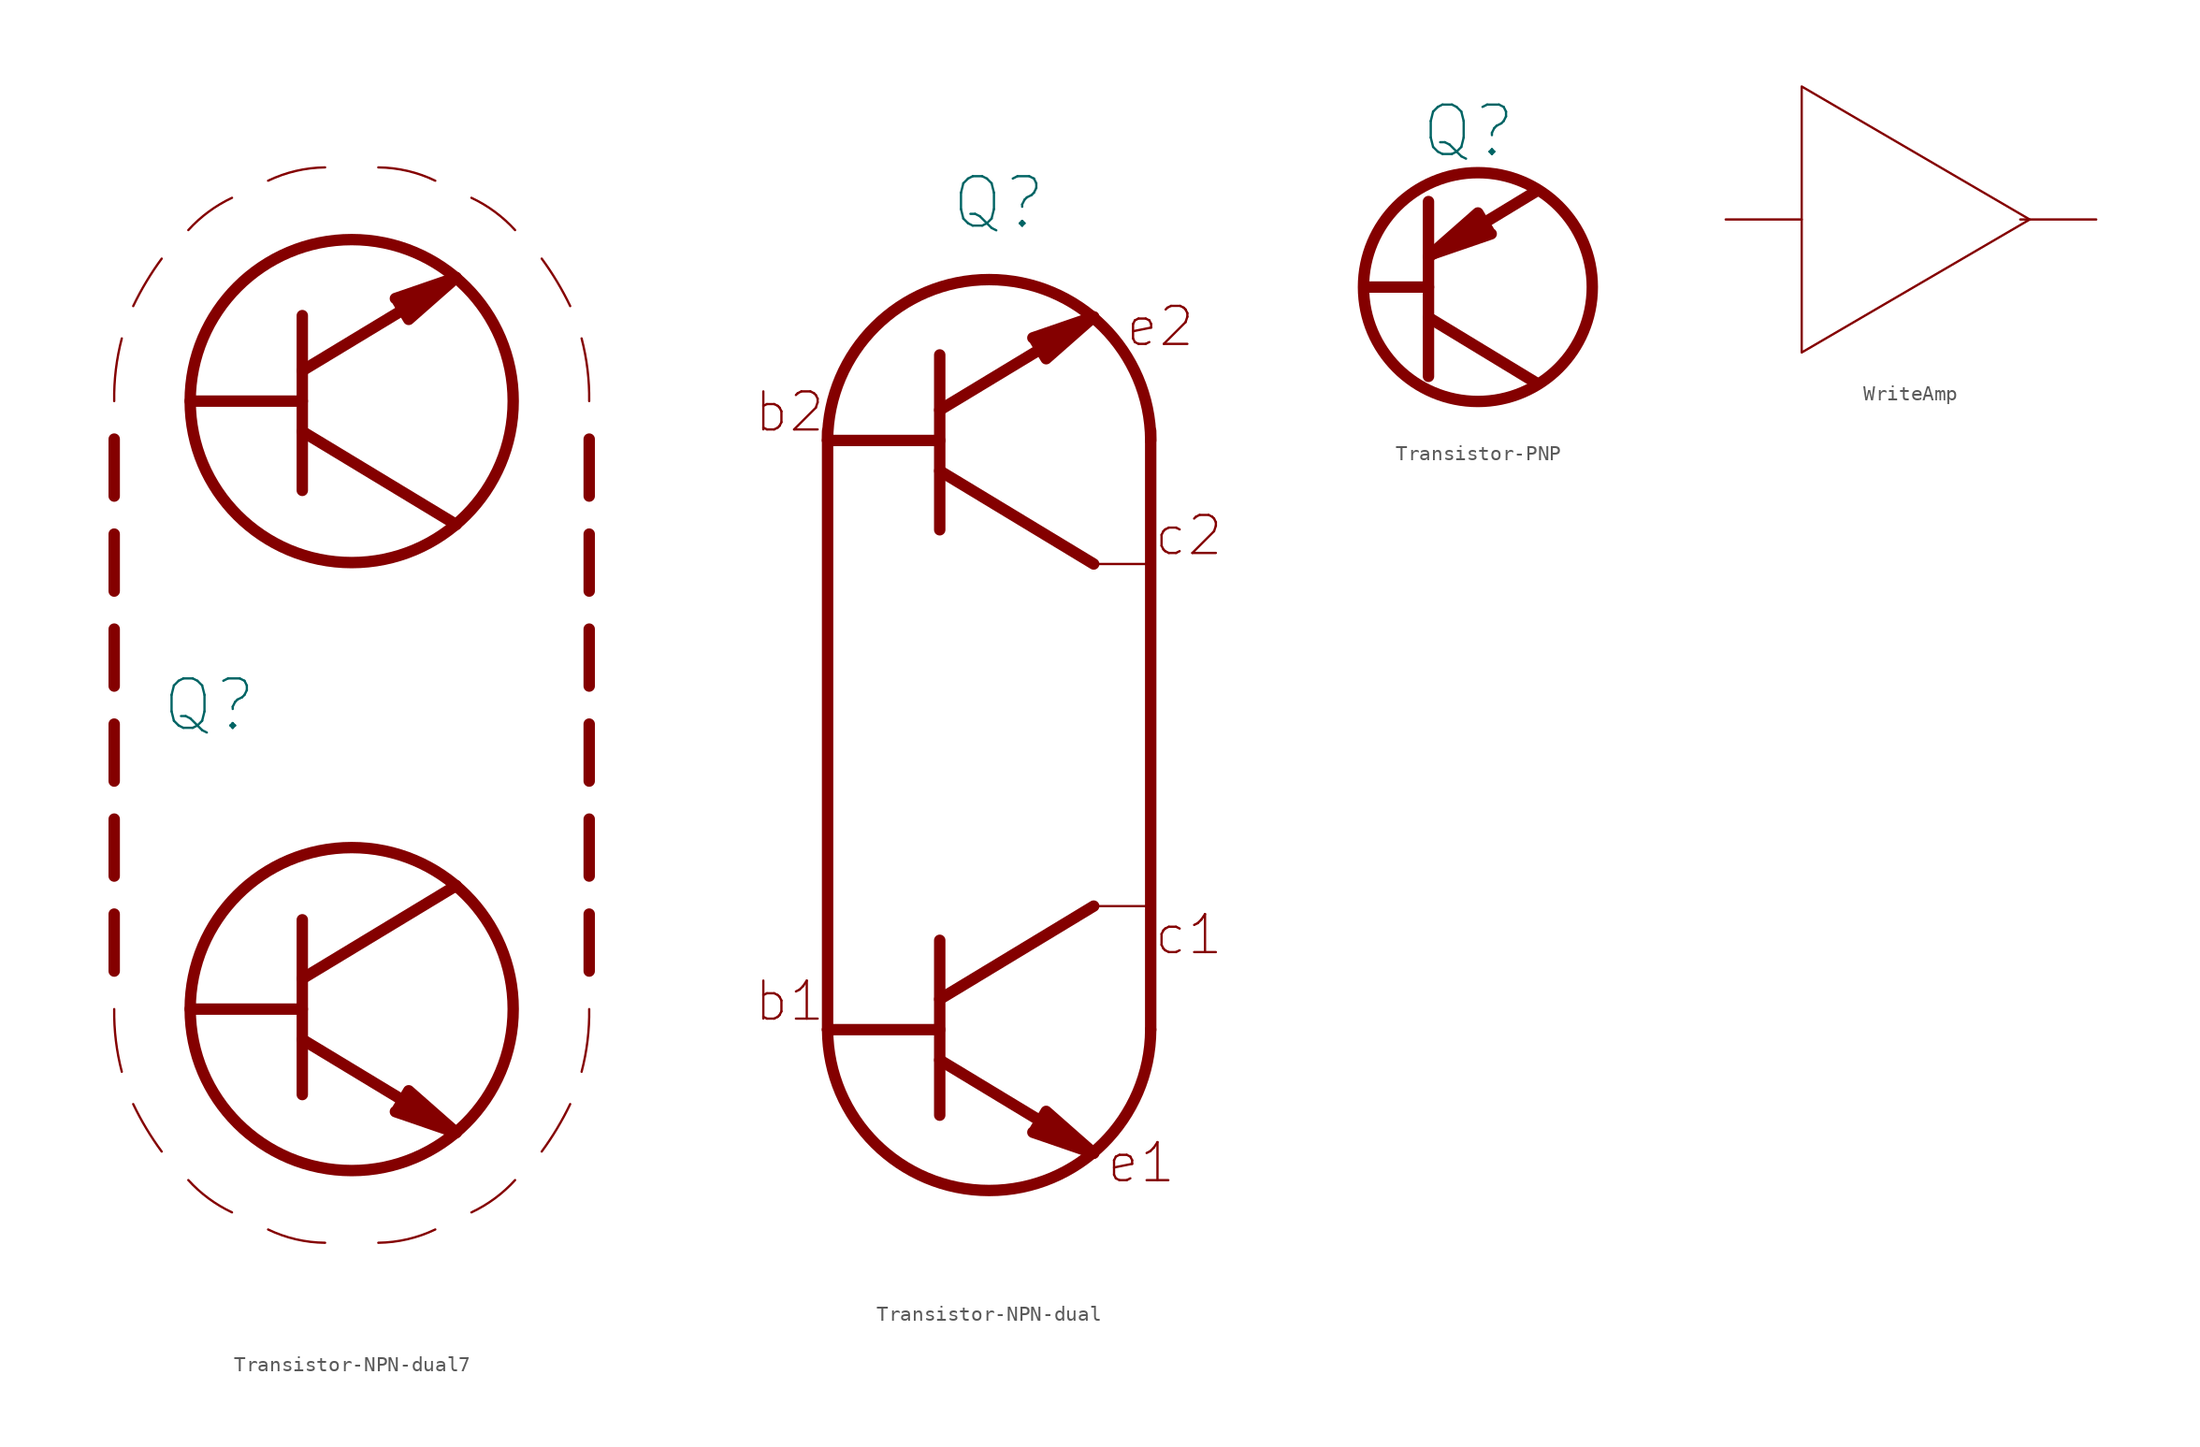
<source format=kicad_sym>
(kicad_symbol_lib
  (version 20211014)
  (generator kicad_symbol_editor)
  (symbol "Transistor-NPN-dual7"
    (pin_numbers hide)
    (pin_names
      (offset 0) hide)
    (property "Reference" "Q"
      (at -9.525 0 0)
      (effects (font (size 3.302 3.302))))
    (symbol "Transistor-NPN-dual7_0_1"
      (arc (start -15.367 24.511) (mid -15.7638 22.4328) (end -15.875 20.32) (stroke (width 0) (type default) (color 0 0 0 0)) (fill (type none)))
      (arc (start -12.7 29.845) (mid -13.7272 28.3023) (end -14.605 26.67) (stroke (width 0) (type default) (color 0 0 0 0)) (fill (type none)))
      (arc (start -8.001 33.909) (mid -9.5684 32.9741) (end -10.922 31.75) (stroke (width 0) (type default) (color 0 0 0 0)) (fill (type none)))
      (arc (start -1.778 35.941) (mid -3.7313 35.7043) (end -5.588 35.052) (stroke (width 0) (type default) (color 0 0 0 0)) (fill (type none)))
      (circle (center 0 -20.32) (radius 10.795) (stroke (width 0.762) (type default) (color 0 0 0 0)) (fill (type none)))
      (polyline (pts (xy -15.875 -1.27) (xy -15.875 -5.08)) (stroke (width 0.762) (type default) (color 0 0 0 0)) (fill (type none)))
      (polyline (pts (xy -15.875 17.78) (xy -15.875 13.97)) (stroke (width 0.762) (type default) (color 0 0 0 0)) (fill (type none)))
      (polyline (pts (xy -3.302 -22.352) (xy 6.985 -28.575)) (stroke (width 0.762) (type default) (color 0 0 0 0)) (fill (type none)))
      (polyline (pts (xy -3.302 -18.288) (xy 6.985 -12.065)) (stroke (width 0.762) (type default) (color 0 0 0 0)) (fill (type none)))
      (polyline (pts (xy -3.302 -14.351) (xy -3.302 -26.035)) (stroke (width 0.762) (type default) (color 0 0 0 0)) (fill (type none)))
      (polyline (pts (xy -3.302 14.351) (xy -3.302 26.035)) (stroke (width 0.762) (type default) (color 0 0 0 0)) (fill (type none)))
      (polyline (pts (xy -3.302 18.288) (xy 6.985 12.065)) (stroke (width 0.762) (type default) (color 0 0 0 0)) (fill (type none)))
      (polyline (pts (xy -3.302 22.352) (xy 6.985 28.575)) (stroke (width 0.762) (type default) (color 0 0 0 0)) (fill (type none)))
      (polyline (pts (xy 15.875 -1.27) (xy 15.875 -5.08)) (stroke (width 0.762) (type default) (color 0 0 0 0)) (fill (type none)))
      (polyline (pts (xy 15.875 17.78) (xy 15.875 13.97)) (stroke (width 0.762) (type default) (color 0 0 0 0)) (fill (type none)))
      (polyline (pts (xy -3.302 -20.32) (xy -10.795 -20.32) (xy -7.493 -20.32)) (stroke (width 0.762) (type default) (color 0 0 0 0)) (fill (type none)))
      (polyline (pts (xy -3.302 20.32) (xy -10.795 20.32) (xy -7.493 20.32)) (stroke (width 0.762) (type default) (color 0 0 0 0)) (fill (type none)))
      (polyline (pts (xy 3.048 -27.051) (xy 3.81 -25.781) (xy 6.985 -28.575) (xy 2.921 -27.178)) (stroke (width 0.762) (type default) (color 0 0 0 0)) (fill (type outline)))
      (polyline (pts (xy 3.048 27.051) (xy 3.81 25.781) (xy 6.985 28.575) (xy 2.921 27.178)) (stroke (width 0.762) (type default) (color 0 0 0 0)) (fill (type outline)))
      (circle (center 0 20.32) (radius 10.795) (stroke (width 0.762) (type default) (color 0 0 0 0)) (fill (type none))))
    (symbol "Transistor-NPN-dual7_1_1"
      (arc (start -15.875 -20.32) (mid -15.7627 -22.4326) (end -15.367 -24.511) (stroke (width 0) (type default) (color 0 0 0 0)) (fill (type none)))
      (arc (start -14.605 -26.67) (mid -13.7272 -28.3023) (end -12.7 -29.845) (stroke (width 0) (type default) (color 0 0 0 0)) (fill (type none)))
      (arc (start -10.922 -31.75) (mid -9.5684 -32.9741) (end -8.001 -33.909) (stroke (width 0) (type default) (color 0 0 0 0)) (fill (type none)))
      (arc (start -5.588 -35.052) (mid -3.7319 -35.7069) (end -1.778 -35.941) (stroke (width 0) (type default) (color 0 0 0 0)) (fill (type none)))
      (polyline (pts (xy -15.875 -13.97) (xy -15.875 -17.78)) (stroke (width 0.762) (type default) (color 0 0 0 0)) (fill (type none)))
      (polyline (pts (xy -15.875 -7.62) (xy -15.875 -11.43)) (stroke (width 0.762) (type default) (color 0 0 0 0)) (fill (type none)))
      (polyline (pts (xy -15.875 5.08) (xy -15.875 1.27)) (stroke (width 0.762) (type default) (color 0 0 0 0)) (fill (type none)))
      (polyline (pts (xy -15.875 11.43) (xy -15.875 7.62)) (stroke (width 0.762) (type default) (color 0 0 0 0)) (fill (type none)))
      (polyline (pts (xy 15.875 -13.97) (xy 15.875 -17.78)) (stroke (width 0.762) (type default) (color 0 0 0 0)) (fill (type none)))
      (polyline (pts (xy 15.875 -7.62) (xy 15.875 -11.43)) (stroke (width 0.762) (type default) (color 0 0 0 0)) (fill (type none)))
      (polyline (pts (xy 15.875 5.08) (xy 15.875 1.27)) (stroke (width 0.762) (type default) (color 0 0 0 0)) (fill (type none)))
      (polyline (pts (xy 15.875 11.43) (xy 15.875 7.62)) (stroke (width 0.762) (type default) (color 0 0 0 0)) (fill (type none)))
      (arc (start 1.778 -35.941) (mid 3.7313 -35.7043) (end 5.588 -35.052) (stroke (width 0) (type default) (color 0 0 0 0)) (fill (type none)))
      (arc (start 5.588 35.052) (mid 3.7319 35.7069) (end 1.778 35.941) (stroke (width 0) (type default) (color 0 0 0 0)) (fill (type none)))
      (arc (start 8.001 -33.909) (mid 9.5684 -32.9741) (end 10.922 -31.75) (stroke (width 0) (type default) (color 0 0 0 0)) (fill (type none)))
      (arc (start 10.922 31.75) (mid 9.5684 32.9741) (end 8.001 33.909) (stroke (width 0) (type default) (color 0 0 0 0)) (fill (type none)))
      (arc (start 12.7 -29.845) (mid 13.7272 -28.3023) (end 14.605 -26.67) (stroke (width 0) (type default) (color 0 0 0 0)) (fill (type none)))
      (arc (start 14.605 26.67) (mid 13.7272 28.3023) (end 12.7 29.845) (stroke (width 0) (type default) (color 0 0 0 0)) (fill (type none)))
      (arc (start 15.367 -24.511) (mid 15.7638 -22.4328) (end 15.875 -20.32) (stroke (width 0) (type default) (color 0 0 0 0)) (fill (type none)))
      (arc (start 15.875 20.32) (mid 15.7627 22.4326) (end 15.367 24.511) (stroke (width 0) (type default) (color 0 0 0 0)) (fill (type none)))
      (pin passive line (at 6.985 -12.065 180) (length 0) (name "C1" (effects (font (size 1.27 1.27)))) (number "1" (effects (font (size 1.27 1.27)))))
      (pin passive line (at -10.795 -20.32 0) (length 0) (name "B1" (effects (font (size 1.27 1.27)))) (number "2" (effects (font (size 1.27 1.27)))))
      (pin passive line (at 6.985 -28.575 180) (length 0) (name "E1" (effects (font (size 1.27 1.27)))) (number "3" (effects (font (size 1.27 1.27)))))
      (pin passive line (at 6.985 12.065 180) (length 0) (name "C2" (effects (font (size 1.27 1.27)))) (number "4" (effects (font (size 1.27 1.27)))))
      (pin passive line (at -10.795 20.32 0) (length 0) (name "B2" (effects (font (size 1.27 1.27)))) (number "5" (effects (font (size 1.27 1.27)))))
      (pin passive line (at 6.985 28.575 180) (length 0) (name "E2" (effects (font (size 1.27 1.27)))) (number "6" (effects (font (size 1.27 1.27)))))))
  (symbol "Transistor-NPN-dual"
    (pin_numbers hide)
    (pin_names
      (offset 0) hide)
    (property "Reference" "Q"
      (at 0.635 35.56 0)
      (effects (font (size 3.302 3.302))))
    (symbol "Transistor-NPN-dual_0_0"
      (text "b1" (at -13.335 -17.78 0) (effects (font (size 2.54 2.54))))
      (text "b2" (at -13.335 21.59 0) (effects (font (size 2.54 2.54))))
      (text "c1" (at 13.335 -13.335 0) (effects (font (size 2.54 2.54))))
      (text "c2" (at 13.335 13.335 0) (effects (font (size 2.54 2.54))))
      (text "e1" (at 10.16 -28.575 0) (effects (font (size 2.54 2.54))))
      (text "e2" (at 11.43 27.305 0) (effects (font (size 2.54 2.54)))))
    (symbol "Transistor-NPN-dual_0_1"
      (polyline (pts (xy -10.795 20.32) (xy -10.795 -19.685)) (stroke (width 0.762) (type default) (color 0 0 0 0)) (fill (type none)))
      (polyline (pts (xy -3.302 13.716) (xy -3.302 25.4)) (stroke (width 0.762) (type default) (color 0 0 0 0)) (fill (type none)))
      (polyline (pts (xy -3.302 17.653) (xy 6.985 11.43)) (stroke (width 0.762) (type default) (color 0 0 0 0)) (fill (type none)))
      (polyline (pts (xy -3.302 21.717) (xy 6.985 27.94)) (stroke (width 0.762) (type default) (color 0 0 0 0)) (fill (type none)))
      (polyline (pts (xy 10.795 20.32) (xy 10.795 -19.685)) (stroke (width 0.762) (type default) (color 0 0 0 0)) (fill (type none)))
      (polyline (pts (xy -3.302 19.685) (xy -10.795 19.685) (xy -7.493 19.685)) (stroke (width 0.762) (type default) (color 0 0 0 0)) (fill (type none)))
      (polyline (pts (xy 3.048 26.416) (xy 3.81 25.146) (xy 6.985 27.94) (xy 2.921 26.543)) (stroke (width 0.762) (type default) (color 0 0 0 0)) (fill (type outline)))
      (arc (start 10.795 19.685) (mid 0 30.48) (end -10.795 19.685) (stroke (width 0.762) (type default) (color 0 0 0 0)) (fill (type none))))
    (symbol "Transistor-NPN-dual_1_1"
      (arc (start -10.795 -19.685) (mid 0 -30.48) (end 10.795 -19.685) (stroke (width 0.762) (type default) (color 0 0 0 0)) (fill (type none)))
      (polyline (pts (xy -3.302 -21.717) (xy 6.985 -27.94)) (stroke (width 0.762) (type default) (color 0 0 0 0)) (fill (type none)))
      (polyline (pts (xy -3.302 -17.653) (xy 6.985 -11.43)) (stroke (width 0.762) (type default) (color 0 0 0 0)) (fill (type none)))
      (polyline (pts (xy -3.302 -13.716) (xy -3.302 -25.4)) (stroke (width 0.762) (type default) (color 0 0 0 0)) (fill (type none)))
      (polyline (pts (xy -3.302 -19.685) (xy -10.795 -19.685) (xy -7.493 -19.685)) (stroke (width 0.762) (type default) (color 0 0 0 0)) (fill (type none)))
      (polyline (pts (xy 3.048 -26.416) (xy 3.81 -25.146) (xy 6.985 -27.94) (xy 2.921 -26.543)) (stroke (width 0.762) (type default) (color 0 0 0 0)) (fill (type outline)))
      (pin passive line (at 10.795 -11.43 180) (length 3.81) (name "C1" (effects (font (size 1.27 1.27)))) (number "1" (effects (font (size 1.27 1.27)))))
      (pin passive line (at -10.795 -19.685 0) (length 0) (name "B1" (effects (font (size 1.27 1.27)))) (number "2" (effects (font (size 1.27 1.27)))))
      (pin passive line (at 6.985 -27.94 180) (length 0) (name "E1" (effects (font (size 1.27 1.27)))) (number "3" (effects (font (size 1.27 1.27)))))
      (pin passive line (at 10.795 11.43 180) (length 3.81) (name "C2" (effects (font (size 1.27 1.27)))) (number "4" (effects (font (size 1.27 1.27)))))
      (pin passive line (at -10.795 19.685 0) (length 0) (name "B2" (effects (font (size 1.27 1.27)))) (number "5" (effects (font (size 1.27 1.27)))))
      (pin passive line (at 6.985 27.94 180) (length 0) (name "E2" (effects (font (size 1.27 1.27)))) (number "6" (effects (font (size 1.27 1.27)))))))
  (symbol "Transistor-PNP"
    (pin_numbers hide)
    (pin_names
      (offset 0) hide)
    (property "Reference" "Q"
      (at -0.635 10.414 0)
      (effects (font (size 3.302 3.302))))
    (symbol "Transistor-PNP_0_1"
      (polyline (pts (xy -3.302 -5.969) (xy -3.302 5.715)) (stroke (width 0.762) (type default) (color 0 0 0 0)) (fill (type none)))
      (polyline (pts (xy -3.302 -2.032) (xy 3.81 -6.35)) (stroke (width 0.762) (type default) (color 0 0 0 0)) (fill (type none)))
      (polyline (pts (xy -3.302 2.032) (xy 3.81 6.35)) (stroke (width 0.762) (type default) (color 0 0 0 0)) (fill (type none)))
      (polyline (pts (xy -3.302 0) (xy -7.62 0) (xy -7.493 0)) (stroke (width 0.762) (type default) (color 0 0 0 0)) (fill (type none)))
      (polyline (pts (xy 0.762 3.683) (xy 0 4.953) (xy -3.175 2.159) (xy 0.889 3.556)) (stroke (width 0.762) (type default) (color 0 0 0 0)) (fill (type outline)))
      (circle (center 0 0) (radius 7.645) (stroke (width 0.762) (type default) (color 0 0 0 0)) (fill (type none))))
    (symbol "Transistor-PNP_1_1"
      (pin passive line (at 3.81 6.35 180) (length 0) (name "E" (effects (font (size 1.27 1.27)))) (number "1" (effects (font (size 1.27 1.27)))))
      (pin passive line (at -7.62 0 0) (length 0) (name "B" (effects (font (size 1.27 1.27)))) (number "2" (effects (font (size 1.27 1.27)))))
      (pin passive line (at 3.81 -6.35 180) (length 0) (name "C" (effects (font (size 1.27 1.27)))) (number "3" (effects (font (size 1.27 1.27)))))))
  (symbol "WriteAmp"
    (pin_numbers hide)
    (pin_names
      (offset 0) hide)
    (property "Reference" "U"
      (at 2.54 6.35 0)
      (effects (font (size 1.27 1.27)) hide))
    (symbol "WriteAmp_0_1"
      (polyline (pts (xy -5.715 8.89) (xy -5.715 -8.89) (xy 9.525 0) (xy -5.715 8.89)) (stroke (width 0) (type default) (color 0 0 0 0)) (fill (type none))))
    (symbol "WriteAmp_1_1"
      (pin input line (at -10.795 0 0) (length 5.08) (name "1" (effects (font (size 3.302 3.302)))) (number "1" (effects (font (size 3.302 3.302)))))
      (pin output line (at 13.97 0 180) (length 5.08) (name "2" (effects (font (size 3.302 3.302)))) (number "2" (effects (font (size 3.302 3.302))))))))
</source>
